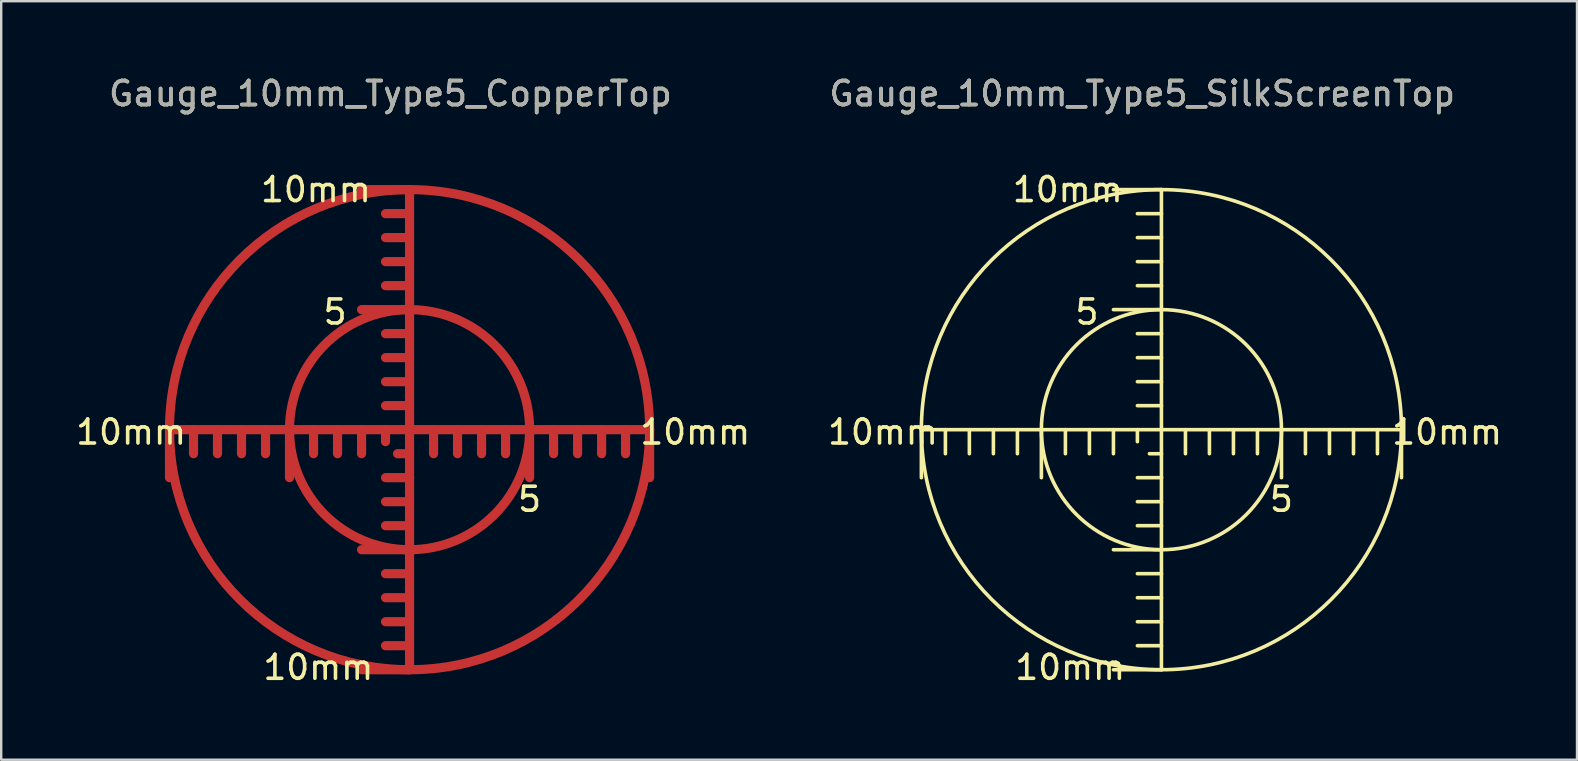
<source format=kicad_pcb>
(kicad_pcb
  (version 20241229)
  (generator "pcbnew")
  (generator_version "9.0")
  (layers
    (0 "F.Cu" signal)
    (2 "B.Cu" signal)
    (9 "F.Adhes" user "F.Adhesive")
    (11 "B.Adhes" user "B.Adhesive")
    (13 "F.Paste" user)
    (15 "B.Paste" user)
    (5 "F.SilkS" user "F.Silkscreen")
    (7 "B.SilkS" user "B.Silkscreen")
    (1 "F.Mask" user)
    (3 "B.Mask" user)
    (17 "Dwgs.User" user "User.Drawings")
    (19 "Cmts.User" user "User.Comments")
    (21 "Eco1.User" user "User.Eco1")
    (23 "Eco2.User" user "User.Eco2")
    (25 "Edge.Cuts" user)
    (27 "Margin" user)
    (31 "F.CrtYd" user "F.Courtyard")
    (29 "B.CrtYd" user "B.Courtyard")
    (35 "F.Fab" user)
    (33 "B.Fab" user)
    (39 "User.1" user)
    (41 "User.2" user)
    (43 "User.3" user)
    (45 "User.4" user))
  (footprint "Gauge_10mm_Type5_SilkScreenTop"
    (layer "F.Cu")
    (at 45.332 14.849)
    (property "Reference" "Gauge_10mm_Type5_SilkScreenTop" (at -0.8 -14 0) (layer "F.SilkS") (effects (font (size 1 1) (thickness 0.15))))
    (attr exclude_from_pos_files exclude_from_bom)
    (fp_line (start -10 0) (end -10 1.999) (stroke (width 0.15) (type solid)) (layer "F.SilkS"))
    (fp_line (start -8.999 0) (end -8.999 1.001) (stroke (width 0.15) (type solid)) (layer "F.SilkS"))
    (fp_line (start -8.001 0) (end -8.001 1.001) (stroke (width 0.15) (type solid)) (layer "F.SilkS"))
    (fp_line (start -7 0) (end -7 1.001) (stroke (width 0.15) (type solid)) (layer "F.SilkS"))
    (fp_line (start -5.999 0) (end -5.999 1.001) (stroke (width 0.15) (type solid)) (layer "F.SilkS"))
    (fp_line (start -5.001 0) (end -5.001 1.999) (stroke (width 0.15) (type solid)) (layer "F.SilkS"))
    (fp_line (start -4 0) (end -4 1.001) (stroke (width 0.15) (type solid)) (layer "F.SilkS"))
    (fp_line (start -3 0) (end -3 1.001) (stroke (width 0.15) (type solid)) (layer "F.SilkS"))
    (fp_line (start -1.999 0) (end -1.999 1.001) (stroke (width 0.15) (type solid)) (layer "F.SilkS"))
    (fp_line (start -1.001 0) (end -1.001 0.5) (stroke (width 0.15) (type solid)) (layer "F.SilkS"))
    (fp_line (start 0 -10) (end -1.999 -10) (stroke (width 0.15) (type solid)) (layer "F.SilkS"))
    (fp_line (start 0 -8.999) (end -1.001 -8.999) (stroke (width 0.15) (type solid)) (layer "F.SilkS"))
    (fp_line (start 0 -8.001) (end -1.001 -8.001) (stroke (width 0.15) (type solid)) (layer "F.SilkS"))
    (fp_line (start 0 -7) (end -1.001 -7) (stroke (width 0.15) (type solid)) (layer "F.SilkS"))
    (fp_line (start 0 -5.999) (end -1.001 -5.999) (stroke (width 0.15) (type solid)) (layer "F.SilkS"))
    (fp_line (start 0 -5.001) (end -1.999 -5.001) (stroke (width 0.15) (type solid)) (layer "F.SilkS"))
    (fp_line (start 0 -4) (end -1.001 -4) (stroke (width 0.15) (type solid)) (layer "F.SilkS"))
    (fp_line (start 0 -3) (end -1.001 -3) (stroke (width 0.15) (type solid)) (layer "F.SilkS"))
    (fp_line (start 0 -1.999) (end -1.001 -1.999) (stroke (width 0.15) (type solid)) (layer "F.SilkS"))
    (fp_line (start 0 -1.001) (end -1.001 -1.001) (stroke (width 0.15) (type solid)) (layer "F.SilkS"))
    (fp_line (start 0 0) (end -10 0) (stroke (width 0.15) (type solid)) (layer "F.SilkS"))
    (fp_line (start 0 0) (end 0 -10) (stroke (width 0.15) (type solid)) (layer "F.SilkS"))
    (fp_line (start 0 0) (end 0 1.999) (stroke (width 0.15) (type solid)) (layer "F.SilkS"))
    (fp_line (start 0 0) (end 10 0) (stroke (width 0.15) (type solid)) (layer "F.SilkS"))
    (fp_line (start 0 1.001) (end -0.5 1.001) (stroke (width 0.15) (type solid)) (layer "F.SilkS"))
    (fp_line (start 0 1.999) (end -1.001 1.999) (stroke (width 0.15) (type solid)) (layer "F.SilkS"))
    (fp_line (start 0 1.999) (end 0 10) (stroke (width 0.15) (type solid)) (layer "F.SilkS"))
    (fp_line (start 0 3) (end -1.001 3) (stroke (width 0.15) (type solid)) (layer "F.SilkS"))
    (fp_line (start 0 4) (end -1.001 4) (stroke (width 0.15) (type solid)) (layer "F.SilkS"))
    (fp_line (start 0 5.001) (end -1.999 5.001) (stroke (width 0.15) (type solid)) (layer "F.SilkS"))
    (fp_line (start 0 5.999) (end -1.001 5.999) (stroke (width 0.15) (type solid)) (layer "F.SilkS"))
    (fp_line (start 0 7) (end -1.001 7) (stroke (width 0.15) (type solid)) (layer "F.SilkS"))
    (fp_line (start 0 8.001) (end -1.001 8.001) (stroke (width 0.15) (type solid)) (layer "F.SilkS"))
    (fp_line (start 0 8.999) (end -1.001 8.999) (stroke (width 0.15) (type solid)) (layer "F.SilkS"))
    (fp_line (start 0 10) (end -1.999 10) (stroke (width 0.15) (type solid)) (layer "F.SilkS"))
    (fp_line (start 1.001 0) (end 1.001 1.001) (stroke (width 0.15) (type solid)) (layer "F.SilkS"))
    (fp_line (start 1.999 0) (end 1.999 1.001) (stroke (width 0.15) (type solid)) (layer "F.SilkS"))
    (fp_line (start 3 0) (end 3 1.001) (stroke (width 0.15) (type solid)) (layer "F.SilkS"))
    (fp_line (start 4 0) (end 4 1.001) (stroke (width 0.15) (type solid)) (layer "F.SilkS"))
    (fp_line (start 5.001 0) (end 5.001 1.999) (stroke (width 0.15) (type solid)) (layer "F.SilkS"))
    (fp_line (start 5.999 0) (end 5.999 1.001) (stroke (width 0.15) (type solid)) (layer "F.SilkS"))
    (fp_line (start 7 0) (end 7 1.001) (stroke (width 0.15) (type solid)) (layer "F.SilkS"))
    (fp_line (start 8.001 0) (end 8.001 1.001) (stroke (width 0.15) (type solid)) (layer "F.SilkS"))
    (fp_line (start 8.999 0) (end 8.999 1.001) (stroke (width 0.15) (type solid)) (layer "F.SilkS"))
    (fp_line (start 10 0) (end 10 1.999) (stroke (width 0.15) (type solid)) (layer "F.SilkS"))
    (fp_circle (center 0 0) (end 5.001 0) (stroke (width 0.15) (type solid)) (fill no) (layer "F.SilkS"))
    (fp_circle (center 0 0) (end 10 0) (stroke (width 0.15) (type solid)) (fill no) (layer "F.SilkS"))
    (fp_text user "5" (at 4.999 2.901 0) (layer "F.SilkS") (effects (font (size 1 1) (thickness 0.15))))
    (fp_text user "5" (at -3.101 -4.9 0) (layer "F.SilkS") (effects (font (size 1 1) (thickness 0.15))))
    (fp_text user "10mm" (at -3.8 9.901 0) (layer "F.SilkS") (effects (font (size 1 1) (thickness 0.15))))
    (fp_text user "10mm" (at -3.901 -10 0) (layer "F.SilkS") (effects (font (size 1 1) (thickness 0.15))))
    (fp_text user "10mm" (at -11.6 0.099 0) (layer "F.SilkS") (effects (font (size 1 1) (thickness 0.15))))
    (fp_text user "10mm" (at 11.9 0.099 0) (layer "F.SilkS") (effects (font (size 1 1) (thickness 0.15))))
    (fp_text user "${REFERENCE}" (at -0.8 -14 0) (layer "F.Fab") (effects (font (size 1 1) (thickness 0.15)))))
  (footprint "Gauge_10mm_Type5_CopperTop"
    (layer "F.Cu")
    (at 14.011 14.849)
    (property "Reference" "Gauge_10mm_Type5_CopperTop" (at -0.8 -14 0) (layer "F.SilkS") (effects (font (size 1 1) (thickness 0.15))))
    (attr exclude_from_pos_files exclude_from_bom)
    (fp_line (start -10 0) (end -10 1.999) (stroke (width 0.381) (type solid)) (layer "F.Cu"))
    (fp_line (start -8.999 0) (end -8.999 1.001) (stroke (width 0.381) (type solid)) (layer "F.Cu"))
    (fp_line (start -8.001 0) (end -8.001 1.001) (stroke (width 0.381) (type solid)) (layer "F.Cu"))
    (fp_line (start -7 0) (end -7 1.001) (stroke (width 0.381) (type solid)) (layer "F.Cu"))
    (fp_line (start -5.999 0) (end -5.999 1.001) (stroke (width 0.381) (type solid)) (layer "F.Cu"))
    (fp_line (start -5.001 0) (end -5.001 1.999) (stroke (width 0.381) (type solid)) (layer "F.Cu"))
    (fp_line (start -4 0) (end -4 1.001) (stroke (width 0.381) (type solid)) (layer "F.Cu"))
    (fp_line (start -3 0) (end -3 1.001) (stroke (width 0.381) (type solid)) (layer "F.Cu"))
    (fp_line (start -1.999 0) (end -1.999 1.001) (stroke (width 0.381) (type solid)) (layer "F.Cu"))
    (fp_line (start -1.001 0) (end -1.001 0.5) (stroke (width 0.381) (type solid)) (layer "F.Cu"))
    (fp_line (start 0 -10) (end -1.999 -10) (stroke (width 0.381) (type solid)) (layer "F.Cu"))
    (fp_line (start 0 -8.999) (end -1.001 -8.999) (stroke (width 0.381) (type solid)) (layer "F.Cu"))
    (fp_line (start 0 -8.001) (end -1.001 -8.001) (stroke (width 0.381) (type solid)) (layer "F.Cu"))
    (fp_line (start 0 -7) (end -1.001 -7) (stroke (width 0.381) (type solid)) (layer "F.Cu"))
    (fp_line (start 0 -5.999) (end -1.001 -5.999) (stroke (width 0.381) (type solid)) (layer "F.Cu"))
    (fp_line (start 0 -5.001) (end -1.999 -5.001) (stroke (width 0.381) (type solid)) (layer "F.Cu"))
    (fp_line (start 0 -4) (end -1.001 -4) (stroke (width 0.381) (type solid)) (layer "F.Cu"))
    (fp_line (start 0 -3) (end -1.001 -3) (stroke (width 0.381) (type solid)) (layer "F.Cu"))
    (fp_line (start 0 -1.999) (end -1.001 -1.999) (stroke (width 0.381) (type solid)) (layer "F.Cu"))
    (fp_line (start 0 -1.001) (end -1.001 -1.001) (stroke (width 0.381) (type solid)) (layer "F.Cu"))
    (fp_line (start 0 0) (end -10 0) (stroke (width 0.381) (type solid)) (layer "F.Cu"))
    (fp_line (start 0 0) (end 0 -10) (stroke (width 0.381) (type solid)) (layer "F.Cu"))
    (fp_line (start 0 0) (end 0 1.999) (stroke (width 0.381) (type solid)) (layer "F.Cu"))
    (fp_line (start 0 0) (end 10 0) (stroke (width 0.381) (type solid)) (layer "F.Cu"))
    (fp_line (start 0 1.001) (end -0.5 1.001) (stroke (width 0.381) (type solid)) (layer "F.Cu"))
    (fp_line (start 0 1.999) (end -1.001 1.999) (stroke (width 0.381) (type solid)) (layer "F.Cu"))
    (fp_line (start 0 1.999) (end 0 10) (stroke (width 0.381) (type solid)) (layer "F.Cu"))
    (fp_line (start 0 3) (end -1.001 3) (stroke (width 0.381) (type solid)) (layer "F.Cu"))
    (fp_line (start 0 4) (end -1.001 4) (stroke (width 0.381) (type solid)) (layer "F.Cu"))
    (fp_line (start 0 5.001) (end -1.999 5.001) (stroke (width 0.381) (type solid)) (layer "F.Cu"))
    (fp_line (start 0 5.999) (end -1.001 5.999) (stroke (width 0.381) (type solid)) (layer "F.Cu"))
    (fp_line (start 0 7) (end -1.001 7) (stroke (width 0.381) (type solid)) (layer "F.Cu"))
    (fp_line (start 0 8.001) (end -1.001 8.001) (stroke (width 0.381) (type solid)) (layer "F.Cu"))
    (fp_line (start 0 8.999) (end -1.001 8.999) (stroke (width 0.381) (type solid)) (layer "F.Cu"))
    (fp_line (start 0 10) (end -1.999 10) (stroke (width 0.381) (type solid)) (layer "F.Cu"))
    (fp_line (start 1.001 0) (end 1.001 1.001) (stroke (width 0.381) (type solid)) (layer "F.Cu"))
    (fp_line (start 1.999 0) (end 1.999 1.001) (stroke (width 0.381) (type solid)) (layer "F.Cu"))
    (fp_line (start 3 0) (end 3 1.001) (stroke (width 0.381) (type solid)) (layer "F.Cu"))
    (fp_line (start 4 0) (end 4 1.001) (stroke (width 0.381) (type solid)) (layer "F.Cu"))
    (fp_line (start 5.001 0) (end 5.001 1.999) (stroke (width 0.381) (type solid)) (layer "F.Cu"))
    (fp_line (start 5.999 0) (end 5.999 1.001) (stroke (width 0.381) (type solid)) (layer "F.Cu"))
    (fp_line (start 7 0) (end 7 1.001) (stroke (width 0.381) (type solid)) (layer "F.Cu"))
    (fp_line (start 8.001 0) (end 8.001 1.001) (stroke (width 0.381) (type solid)) (layer "F.Cu"))
    (fp_line (start 8.999 0) (end 8.999 1.001) (stroke (width 0.381) (type solid)) (layer "F.Cu"))
    (fp_line (start 10 0) (end 10 1.999) (stroke (width 0.381) (type solid)) (layer "F.Cu"))
    (fp_circle (center 0 0) (end 5.001 0) (stroke (width 0.381) (type solid)) (fill no) (layer "F.Cu"))
    (fp_circle (center 0 0) (end 10 0) (stroke (width 0.381) (type solid)) (fill no) (layer "F.Cu"))
    (fp_text user "10mm" (at -3.901 -10 0) (layer "F.SilkS") (effects (font (size 1 1) (thickness 0.15))))
    (fp_text user "10mm" (at 11.9 0.099 0) (layer "F.SilkS") (effects (font (size 1 1) (thickness 0.15))))
    (fp_text user "10mm" (at -3.8 9.901 0) (layer "F.SilkS") (effects (font (size 1 1) (thickness 0.15))))
    (fp_text user "5" (at 4.999 2.901 0) (layer "F.SilkS") (effects (font (size 1 1) (thickness 0.15))))
    (fp_text user "5" (at -3.101 -4.9 0) (layer "F.SilkS") (effects (font (size 1 1) (thickness 0.15))))
    (fp_text user "10mm" (at -11.6 0.099 0) (layer "F.SilkS") (effects (font (size 1 1) (thickness 0.15))))
    (fp_text user "${REFERENCE}" (at -0.8 -14 0) (layer "F.Fab") (effects (font (size 1 1) (thickness 0.15)))))
  (gr_rect
    (start -3 -3)
    (end 62.643 28.598)
    (stroke (width 0.1) (type default))
    (fill no)
    (layer "Edge.Cuts")))
</source>
